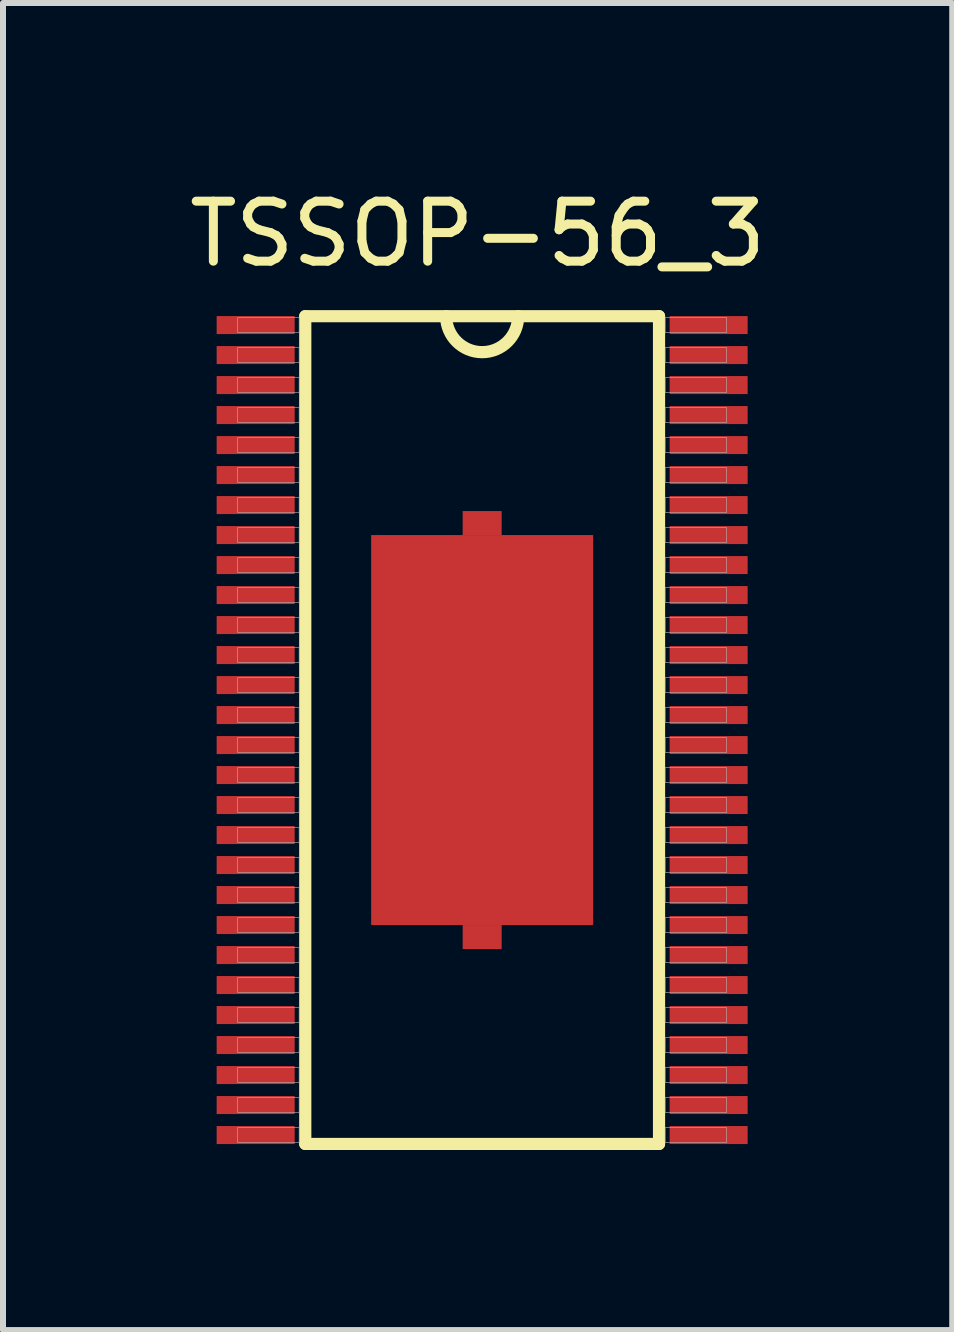
<source format=kicad_pcb>
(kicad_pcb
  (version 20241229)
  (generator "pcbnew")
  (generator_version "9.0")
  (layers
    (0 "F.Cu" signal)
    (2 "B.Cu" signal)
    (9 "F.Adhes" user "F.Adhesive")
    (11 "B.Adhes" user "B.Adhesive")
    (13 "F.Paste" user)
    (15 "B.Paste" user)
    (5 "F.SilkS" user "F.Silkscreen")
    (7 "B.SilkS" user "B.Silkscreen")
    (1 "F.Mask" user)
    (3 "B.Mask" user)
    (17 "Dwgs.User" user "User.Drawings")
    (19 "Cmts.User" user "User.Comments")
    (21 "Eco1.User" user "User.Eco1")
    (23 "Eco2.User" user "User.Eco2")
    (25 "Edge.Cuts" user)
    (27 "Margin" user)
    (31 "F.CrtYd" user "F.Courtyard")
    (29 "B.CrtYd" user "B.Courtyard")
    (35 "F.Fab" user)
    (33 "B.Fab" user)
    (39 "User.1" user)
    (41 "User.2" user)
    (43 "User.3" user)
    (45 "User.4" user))
  (footprint "TSSOP-56_3"
    (layer "F.Cu")
    (at 4.986 9.118)
    (property "Reference" "TSSOP-56_3" (at -0.075 -8.27 0) (layer "F.SilkS") (effects (font (size 1 1) (thickness 0.15))))
    (attr smd)
    (fp_line (start -2.948 -6.898) (end -2.948 6.898) (stroke (width 0.203) (type solid)) (layer "F.SilkS"))
    (fp_line (start -2.948 6.898) (end 2.948 6.898) (stroke (width 0.203) (type solid)) (layer "F.SilkS"))
    (fp_line (start 2.948 -6.898) (end -2.948 -6.898) (stroke (width 0.203) (type solid)) (layer "F.SilkS"))
    (fp_line (start 2.948 6.898) (end 2.948 -6.898) (stroke (width 0.203) (type solid)) (layer "F.SilkS"))
    (fp_arc (start 0.6 -6.8984) (mid 0 -6.2984) (end -0.6 -6.8984) (stroke (width 0.2032) (type solid)) (layer "F.SilkS"))
    (fp_poly (pts (xy -4.075 -6.875) (xy -3.05 -6.875) (xy -3.05 -6.625) (xy -4.075 -6.625)) (stroke (width 0.01) (type solid)) (fill no) (layer "F.Fab"))
    (fp_poly (pts (xy -4.075 -6.375) (xy -3.05 -6.375) (xy -3.05 -6.125) (xy -4.075 -6.125)) (stroke (width 0.01) (type solid)) (fill no) (layer "F.Fab"))
    (fp_poly (pts (xy -4.075 -5.875) (xy -3.05 -5.875) (xy -3.05 -5.625) (xy -4.075 -5.625)) (stroke (width 0.01) (type solid)) (fill no) (layer "F.Fab"))
    (fp_poly (pts (xy -4.075 -5.375) (xy -3.05 -5.375) (xy -3.05 -5.125) (xy -4.075 -5.125)) (stroke (width 0.01) (type solid)) (fill no) (layer "F.Fab"))
    (fp_poly (pts (xy -4.075 -4.875) (xy -3.05 -4.875) (xy -3.05 -4.625) (xy -4.075 -4.625)) (stroke (width 0.01) (type solid)) (fill no) (layer "F.Fab"))
    (fp_poly (pts (xy -4.075 -4.375) (xy -3.05 -4.375) (xy -3.05 -4.125) (xy -4.075 -4.125)) (stroke (width 0.01) (type solid)) (fill no) (layer "F.Fab"))
    (fp_poly (pts (xy -4.075 -3.875) (xy -3.05 -3.875) (xy -3.05 -3.625) (xy -4.075 -3.625)) (stroke (width 0.01) (type solid)) (fill no) (layer "F.Fab"))
    (fp_poly (pts (xy -4.075 -3.375) (xy -3.05 -3.375) (xy -3.05 -3.125) (xy -4.075 -3.125)) (stroke (width 0.01) (type solid)) (fill no) (layer "F.Fab"))
    (fp_poly (pts (xy -4.075 -2.875) (xy -3.05 -2.875) (xy -3.05 -2.625) (xy -4.075 -2.625)) (stroke (width 0.01) (type solid)) (fill no) (layer "F.Fab"))
    (fp_poly (pts (xy -4.075 -2.375) (xy -3.05 -2.375) (xy -3.05 -2.125) (xy -4.075 -2.125)) (stroke (width 0.01) (type solid)) (fill no) (layer "F.Fab"))
    (fp_poly (pts (xy -4.075 -1.875) (xy -3.05 -1.875) (xy -3.05 -1.625) (xy -4.075 -1.625)) (stroke (width 0.01) (type solid)) (fill no) (layer "F.Fab"))
    (fp_poly (pts (xy -4.075 -1.375) (xy -3.05 -1.375) (xy -3.05 -1.125) (xy -4.075 -1.125)) (stroke (width 0.01) (type solid)) (fill no) (layer "F.Fab"))
    (fp_poly (pts (xy -4.075 -0.875) (xy -3.05 -0.875) (xy -3.05 -0.625) (xy -4.075 -0.625)) (stroke (width 0.01) (type solid)) (fill no) (layer "F.Fab"))
    (fp_poly (pts (xy -4.075 -0.375) (xy -3.05 -0.375) (xy -3.05 -0.125) (xy -4.075 -0.125)) (stroke (width 0.01) (type solid)) (fill no) (layer "F.Fab"))
    (fp_poly (pts (xy -4.075 0.125) (xy -3.05 0.125) (xy -3.05 0.375) (xy -4.075 0.375)) (stroke (width 0.01) (type solid)) (fill no) (layer "F.Fab"))
    (fp_poly (pts (xy -4.075 0.625) (xy -3.05 0.625) (xy -3.05 0.875) (xy -4.075 0.875)) (stroke (width 0.01) (type solid)) (fill no) (layer "F.Fab"))
    (fp_poly (pts (xy -4.075 1.125) (xy -3.05 1.125) (xy -3.05 1.375) (xy -4.075 1.375)) (stroke (width 0.01) (type solid)) (fill no) (layer "F.Fab"))
    (fp_poly (pts (xy -4.075 1.625) (xy -3.05 1.625) (xy -3.05 1.875) (xy -4.075 1.875)) (stroke (width 0.01) (type solid)) (fill no) (layer "F.Fab"))
    (fp_poly (pts (xy -4.075 2.125) (xy -3.05 2.125) (xy -3.05 2.375) (xy -4.075 2.375)) (stroke (width 0.01) (type solid)) (fill no) (layer "F.Fab"))
    (fp_poly (pts (xy -4.075 2.625) (xy -3.05 2.625) (xy -3.05 2.875) (xy -4.075 2.875)) (stroke (width 0.01) (type solid)) (fill no) (layer "F.Fab"))
    (fp_poly (pts (xy -4.075 3.125) (xy -3.05 3.125) (xy -3.05 3.375) (xy -4.075 3.375)) (stroke (width 0.01) (type solid)) (fill no) (layer "F.Fab"))
    (fp_poly (pts (xy -4.075 3.625) (xy -3.05 3.625) (xy -3.05 3.875) (xy -4.075 3.875)) (stroke (width 0.01) (type solid)) (fill no) (layer "F.Fab"))
    (fp_poly (pts (xy -4.075 4.125) (xy -3.05 4.125) (xy -3.05 4.375) (xy -4.075 4.375)) (stroke (width 0.01) (type solid)) (fill no) (layer "F.Fab"))
    (fp_poly (pts (xy -4.075 4.625) (xy -3.05 4.625) (xy -3.05 4.875) (xy -4.075 4.875)) (stroke (width 0.01) (type solid)) (fill no) (layer "F.Fab"))
    (fp_poly (pts (xy -4.075 5.125) (xy -3.05 5.125) (xy -3.05 5.375) (xy -4.075 5.375)) (stroke (width 0.01) (type solid)) (fill no) (layer "F.Fab"))
    (fp_poly (pts (xy -4.075 5.625) (xy -3.05 5.625) (xy -3.05 5.875) (xy -4.075 5.875)) (stroke (width 0.01) (type solid)) (fill no) (layer "F.Fab"))
    (fp_poly (pts (xy -4.075 6.125) (xy -3.05 6.125) (xy -3.05 6.375) (xy -4.075 6.375)) (stroke (width 0.01) (type solid)) (fill no) (layer "F.Fab"))
    (fp_poly (pts (xy -4.075 6.625) (xy -3.05 6.625) (xy -3.05 6.875) (xy -4.075 6.875)) (stroke (width 0.01) (type solid)) (fill no) (layer "F.Fab"))
    (fp_poly (pts (xy 3.05 -6.875) (xy 4.075 -6.875) (xy 4.075 -6.625) (xy 3.05 -6.625)) (stroke (width 0.01) (type solid)) (fill no) (layer "F.Fab"))
    (fp_poly (pts (xy 3.05 -6.375) (xy 4.075 -6.375) (xy 4.075 -6.125) (xy 3.05 -6.125)) (stroke (width 0.01) (type solid)) (fill no) (layer "F.Fab"))
    (fp_poly (pts (xy 3.05 -5.875) (xy 4.075 -5.875) (xy 4.075 -5.625) (xy 3.05 -5.625)) (stroke (width 0.01) (type solid)) (fill no) (layer "F.Fab"))
    (fp_poly (pts (xy 3.05 -5.375) (xy 4.075 -5.375) (xy 4.075 -5.125) (xy 3.05 -5.125)) (stroke (width 0.01) (type solid)) (fill no) (layer "F.Fab"))
    (fp_poly (pts (xy 3.05 -4.875) (xy 4.075 -4.875) (xy 4.075 -4.625) (xy 3.05 -4.625)) (stroke (width 0.01) (type solid)) (fill no) (layer "F.Fab"))
    (fp_poly (pts (xy 3.05 -4.375) (xy 4.075 -4.375) (xy 4.075 -4.125) (xy 3.05 -4.125)) (stroke (width 0.01) (type solid)) (fill no) (layer "F.Fab"))
    (fp_poly (pts (xy 3.05 -3.875) (xy 4.075 -3.875) (xy 4.075 -3.625) (xy 3.05 -3.625)) (stroke (width 0.01) (type solid)) (fill no) (layer "F.Fab"))
    (fp_poly (pts (xy 3.05 -3.375) (xy 4.075 -3.375) (xy 4.075 -3.125) (xy 3.05 -3.125)) (stroke (width 0.01) (type solid)) (fill no) (layer "F.Fab"))
    (fp_poly (pts (xy 3.05 -2.875) (xy 4.075 -2.875) (xy 4.075 -2.625) (xy 3.05 -2.625)) (stroke (width 0.01) (type solid)) (fill no) (layer "F.Fab"))
    (fp_poly (pts (xy 3.05 -2.375) (xy 4.075 -2.375) (xy 4.075 -2.125) (xy 3.05 -2.125)) (stroke (width 0.01) (type solid)) (fill no) (layer "F.Fab"))
    (fp_poly (pts (xy 3.05 -1.875) (xy 4.075 -1.875) (xy 4.075 -1.625) (xy 3.05 -1.625)) (stroke (width 0.01) (type solid)) (fill no) (layer "F.Fab"))
    (fp_poly (pts (xy 3.05 -1.375) (xy 4.075 -1.375) (xy 4.075 -1.125) (xy 3.05 -1.125)) (stroke (width 0.01) (type solid)) (fill no) (layer "F.Fab"))
    (fp_poly (pts (xy 3.05 -0.875) (xy 4.075 -0.875) (xy 4.075 -0.625) (xy 3.05 -0.625)) (stroke (width 0.01) (type solid)) (fill no) (layer "F.Fab"))
    (fp_poly (pts (xy 3.05 -0.375) (xy 4.075 -0.375) (xy 4.075 -0.125) (xy 3.05 -0.125)) (stroke (width 0.01) (type solid)) (fill no) (layer "F.Fab"))
    (fp_poly (pts (xy 3.05 0.125) (xy 4.075 0.125) (xy 4.075 0.375) (xy 3.05 0.375)) (stroke (width 0.01) (type solid)) (fill no) (layer "F.Fab"))
    (fp_poly (pts (xy 3.05 0.625) (xy 4.075 0.625) (xy 4.075 0.875) (xy 3.05 0.875)) (stroke (width 0.01) (type solid)) (fill no) (layer "F.Fab"))
    (fp_poly (pts (xy 3.05 1.125) (xy 4.075 1.125) (xy 4.075 1.375) (xy 3.05 1.375)) (stroke (width 0.01) (type solid)) (fill no) (layer "F.Fab"))
    (fp_poly (pts (xy 3.05 1.625) (xy 4.075 1.625) (xy 4.075 1.875) (xy 3.05 1.875)) (stroke (width 0.01) (type solid)) (fill no) (layer "F.Fab"))
    (fp_poly (pts (xy 3.05 2.125) (xy 4.075 2.125) (xy 4.075 2.375) (xy 3.05 2.375)) (stroke (width 0.01) (type solid)) (fill no) (layer "F.Fab"))
    (fp_poly (pts (xy 3.05 2.625) (xy 4.075 2.625) (xy 4.075 2.875) (xy 3.05 2.875)) (stroke (width 0.01) (type solid)) (fill no) (layer "F.Fab"))
    (fp_poly (pts (xy 3.05 3.125) (xy 4.075 3.125) (xy 4.075 3.375) (xy 3.05 3.375)) (stroke (width 0.01) (type solid)) (fill no) (layer "F.Fab"))
    (fp_poly (pts (xy 3.05 3.625) (xy 4.075 3.625) (xy 4.075 3.875) (xy 3.05 3.875)) (stroke (width 0.01) (type solid)) (fill no) (layer "F.Fab"))
    (fp_poly (pts (xy 3.05 4.125) (xy 4.075 4.125) (xy 4.075 4.375) (xy 3.05 4.375)) (stroke (width 0.01) (type solid)) (fill no) (layer "F.Fab"))
    (fp_poly (pts (xy 3.05 4.625) (xy 4.075 4.625) (xy 4.075 4.875) (xy 3.05 4.875)) (stroke (width 0.01) (type solid)) (fill no) (layer "F.Fab"))
    (fp_poly (pts (xy 3.05 5.125) (xy 4.075 5.125) (xy 4.075 5.375) (xy 3.05 5.375)) (stroke (width 0.01) (type solid)) (fill no) (layer "F.Fab"))
    (fp_poly (pts (xy 3.05 5.625) (xy 4.075 5.625) (xy 4.075 5.875) (xy 3.05 5.875)) (stroke (width 0.01) (type solid)) (fill no) (layer "F.Fab"))
    (fp_poly (pts (xy 3.05 6.125) (xy 4.075 6.125) (xy 4.075 6.375) (xy 3.05 6.375)) (stroke (width 0.01) (type solid)) (fill no) (layer "F.Fab"))
    (fp_poly (pts (xy 3.05 6.625) (xy 4.075 6.625) (xy 4.075 6.875) (xy 3.05 6.875)) (stroke (width 0.01) (type solid)) (fill no) (layer "F.Fab"))
    (pad "1" smd rect (at -3.775 -6.75) (size 1.3 0.3) (layers "F.Cu" "F.Mask" "F.Paste"))
    (pad "2" smd rect (at -3.775 -6.25) (size 1.3 0.3) (layers "F.Cu" "F.Mask" "F.Paste"))
    (pad "3" smd rect (at -3.775 -5.75) (size 1.3 0.3) (layers "F.Cu" "F.Mask" "F.Paste"))
    (pad "4" smd rect (at -3.775 -5.25) (size 1.3 0.3) (layers "F.Cu" "F.Mask" "F.Paste"))
    (pad "5" smd rect (at -3.775 -4.75) (size 1.3 0.3) (layers "F.Cu" "F.Mask" "F.Paste"))
    (pad "6" smd rect (at -3.775 -4.25) (size 1.3 0.3) (layers "F.Cu" "F.Mask" "F.Paste"))
    (pad "7" smd rect (at -3.775 -3.75) (size 1.3 0.3) (layers "F.Cu" "F.Mask" "F.Paste"))
    (pad "8" smd rect (at -3.775 -3.25) (size 1.3 0.3) (layers "F.Cu" "F.Mask" "F.Paste"))
    (pad "9" smd rect (at -3.775 -2.75) (size 1.3 0.3) (layers "F.Cu" "F.Mask" "F.Paste"))
    (pad "10" smd rect (at -3.775 -2.25) (size 1.3 0.3) (layers "F.Cu" "F.Mask" "F.Paste"))
    (pad "11" smd rect (at -3.775 -1.75) (size 1.3 0.3) (layers "F.Cu" "F.Mask" "F.Paste"))
    (pad "12" smd rect (at -3.775 -1.25) (size 1.3 0.3) (layers "F.Cu" "F.Mask" "F.Paste"))
    (pad "13" smd rect (at -3.775 -0.75) (size 1.3 0.3) (layers "F.Cu" "F.Mask" "F.Paste"))
    (pad "14" smd rect (at -3.775 -0.25) (size 1.3 0.3) (layers "F.Cu" "F.Mask" "F.Paste"))
    (pad "15" smd rect (at -3.775 0.25) (size 1.3 0.3) (layers "F.Cu" "F.Mask" "F.Paste"))
    (pad "16" smd rect (at -3.775 0.75) (size 1.3 0.3) (layers "F.Cu" "F.Mask" "F.Paste"))
    (pad "17" smd rect (at -3.775 1.25) (size 1.3 0.3) (layers "F.Cu" "F.Mask" "F.Paste"))
    (pad "18" smd rect (at -3.775 1.75) (size 1.3 0.3) (layers "F.Cu" "F.Mask" "F.Paste"))
    (pad "19" smd rect (at -3.775 2.25) (size 1.3 0.3) (layers "F.Cu" "F.Mask" "F.Paste"))
    (pad "20" smd rect (at -3.775 2.75) (size 1.3 0.3) (layers "F.Cu" "F.Mask" "F.Paste"))
    (pad "21" smd rect (at -3.775 3.25) (size 1.3 0.3) (layers "F.Cu" "F.Mask" "F.Paste"))
    (pad "22" smd rect (at -3.775 3.75) (size 1.3 0.3) (layers "F.Cu" "F.Mask" "F.Paste"))
    (pad "23" smd rect (at -3.775 4.25) (size 1.3 0.3) (layers "F.Cu" "F.Mask" "F.Paste"))
    (pad "24" smd rect (at -3.775 4.75) (size 1.3 0.3) (layers "F.Cu" "F.Mask" "F.Paste"))
    (pad "25" smd rect (at -3.775 5.25) (size 1.3 0.3) (layers "F.Cu" "F.Mask" "F.Paste"))
    (pad "26" smd rect (at -3.775 5.75) (size 1.3 0.3) (layers "F.Cu" "F.Mask" "F.Paste"))
    (pad "27" smd rect (at -3.775 6.25) (size 1.3 0.3) (layers "F.Cu" "F.Mask" "F.Paste"))
    (pad "28" smd rect (at -3.775 6.75) (size 1.3 0.3) (layers "F.Cu" "F.Mask" "F.Paste"))
    (pad "29" smd rect (at 3.775 6.75) (size 1.3 0.3) (layers "F.Cu" "F.Mask" "F.Paste"))
    (pad "30" smd rect (at 3.775 6.25) (size 1.3 0.3) (layers "F.Cu" "F.Mask" "F.Paste"))
    (pad "31" smd rect (at 3.775 5.75) (size 1.3 0.3) (layers "F.Cu" "F.Mask" "F.Paste"))
    (pad "32" smd rect (at 3.775 5.25) (size 1.3 0.3) (layers "F.Cu" "F.Mask" "F.Paste"))
    (pad "33" smd rect (at 3.775 4.75) (size 1.3 0.3) (layers "F.Cu" "F.Mask" "F.Paste"))
    (pad "34" smd rect (at 3.775 4.25) (size 1.3 0.3) (layers "F.Cu" "F.Mask" "F.Paste"))
    (pad "35" smd rect (at 3.775 3.75) (size 1.3 0.3) (layers "F.Cu" "F.Mask" "F.Paste"))
    (pad "36" smd rect (at 3.775 3.25) (size 1.3 0.3) (layers "F.Cu" "F.Mask" "F.Paste"))
    (pad "37" smd rect (at 3.775 2.75) (size 1.3 0.3) (layers "F.Cu" "F.Mask" "F.Paste"))
    (pad "38" smd rect (at 3.775 2.25) (size 1.3 0.3) (layers "F.Cu" "F.Mask" "F.Paste"))
    (pad "39" smd rect (at 3.775 1.75) (size 1.3 0.3) (layers "F.Cu" "F.Mask" "F.Paste"))
    (pad "40" smd rect (at 3.775 1.25) (size 1.3 0.3) (layers "F.Cu" "F.Mask" "F.Paste"))
    (pad "41" smd rect (at 3.775 0.75) (size 1.3 0.3) (layers "F.Cu" "F.Mask" "F.Paste"))
    (pad "42" smd rect (at 3.775 0.25) (size 1.3 0.3) (layers "F.Cu" "F.Mask" "F.Paste"))
    (pad "43" smd rect (at 3.775 -0.25) (size 1.3 0.3) (layers "F.Cu" "F.Mask" "F.Paste"))
    (pad "44" smd rect (at 3.775 -0.75) (size 1.3 0.3) (layers "F.Cu" "F.Mask" "F.Paste"))
    (pad "45" smd rect (at 3.775 -1.25) (size 1.3 0.3) (layers "F.Cu" "F.Mask" "F.Paste"))
    (pad "46" smd rect (at 3.775 -1.75) (size 1.3 0.3) (layers "F.Cu" "F.Mask" "F.Paste"))
    (pad "47" smd rect (at 3.775 -2.25) (size 1.3 0.3) (layers "F.Cu" "F.Mask" "F.Paste"))
    (pad "48" smd rect (at 3.775 -2.75) (size 1.3 0.3) (layers "F.Cu" "F.Mask" "F.Paste"))
    (pad "49" smd rect (at 3.775 -3.25) (size 1.3 0.3) (layers "F.Cu" "F.Mask" "F.Paste"))
    (pad "50" smd rect (at 3.775 -3.75) (size 1.3 0.3) (layers "F.Cu" "F.Mask" "F.Paste"))
    (pad "51" smd rect (at 3.775 -4.25) (size 1.3 0.3) (layers "F.Cu" "F.Mask" "F.Paste"))
    (pad "52" smd rect (at 3.775 -4.75) (size 1.3 0.3) (layers "F.Cu" "F.Mask" "F.Paste"))
    (pad "53" smd rect (at 3.775 -5.25) (size 1.3 0.3) (layers "F.Cu" "F.Mask" "F.Paste"))
    (pad "54" smd rect (at 3.775 -5.75) (size 1.3 0.3) (layers "F.Cu" "F.Mask" "F.Paste"))
    (pad "55" smd rect (at 3.775 -6.25) (size 1.3 0.3) (layers "F.Cu" "F.Mask" "F.Paste"))
    (pad "56" smd rect (at 3.775 -6.75) (size 1.3 0.3) (layers "F.Cu" "F.Mask" "F.Paste"))
    (pad "57" smd rect (at 0 0) (size 3.7 6.5) (layers "F.Cu" "F.Mask" "F.Paste"))
    (pad "58" smd rect (at 0 -3.45) (size 0.65 0.4) (layers "F.Cu" "F.Mask" "F.Paste"))
    (pad "59" smd rect (at 0 3.45) (size 0.65 0.4) (layers "F.Cu" "F.Mask" "F.Paste")))
  (gr_rect
    (start -3 -3)
    (end 12.821 19.118)
    (stroke (width 0.1) (type default))
    (fill no)
    (layer "Edge.Cuts")))
</source>
